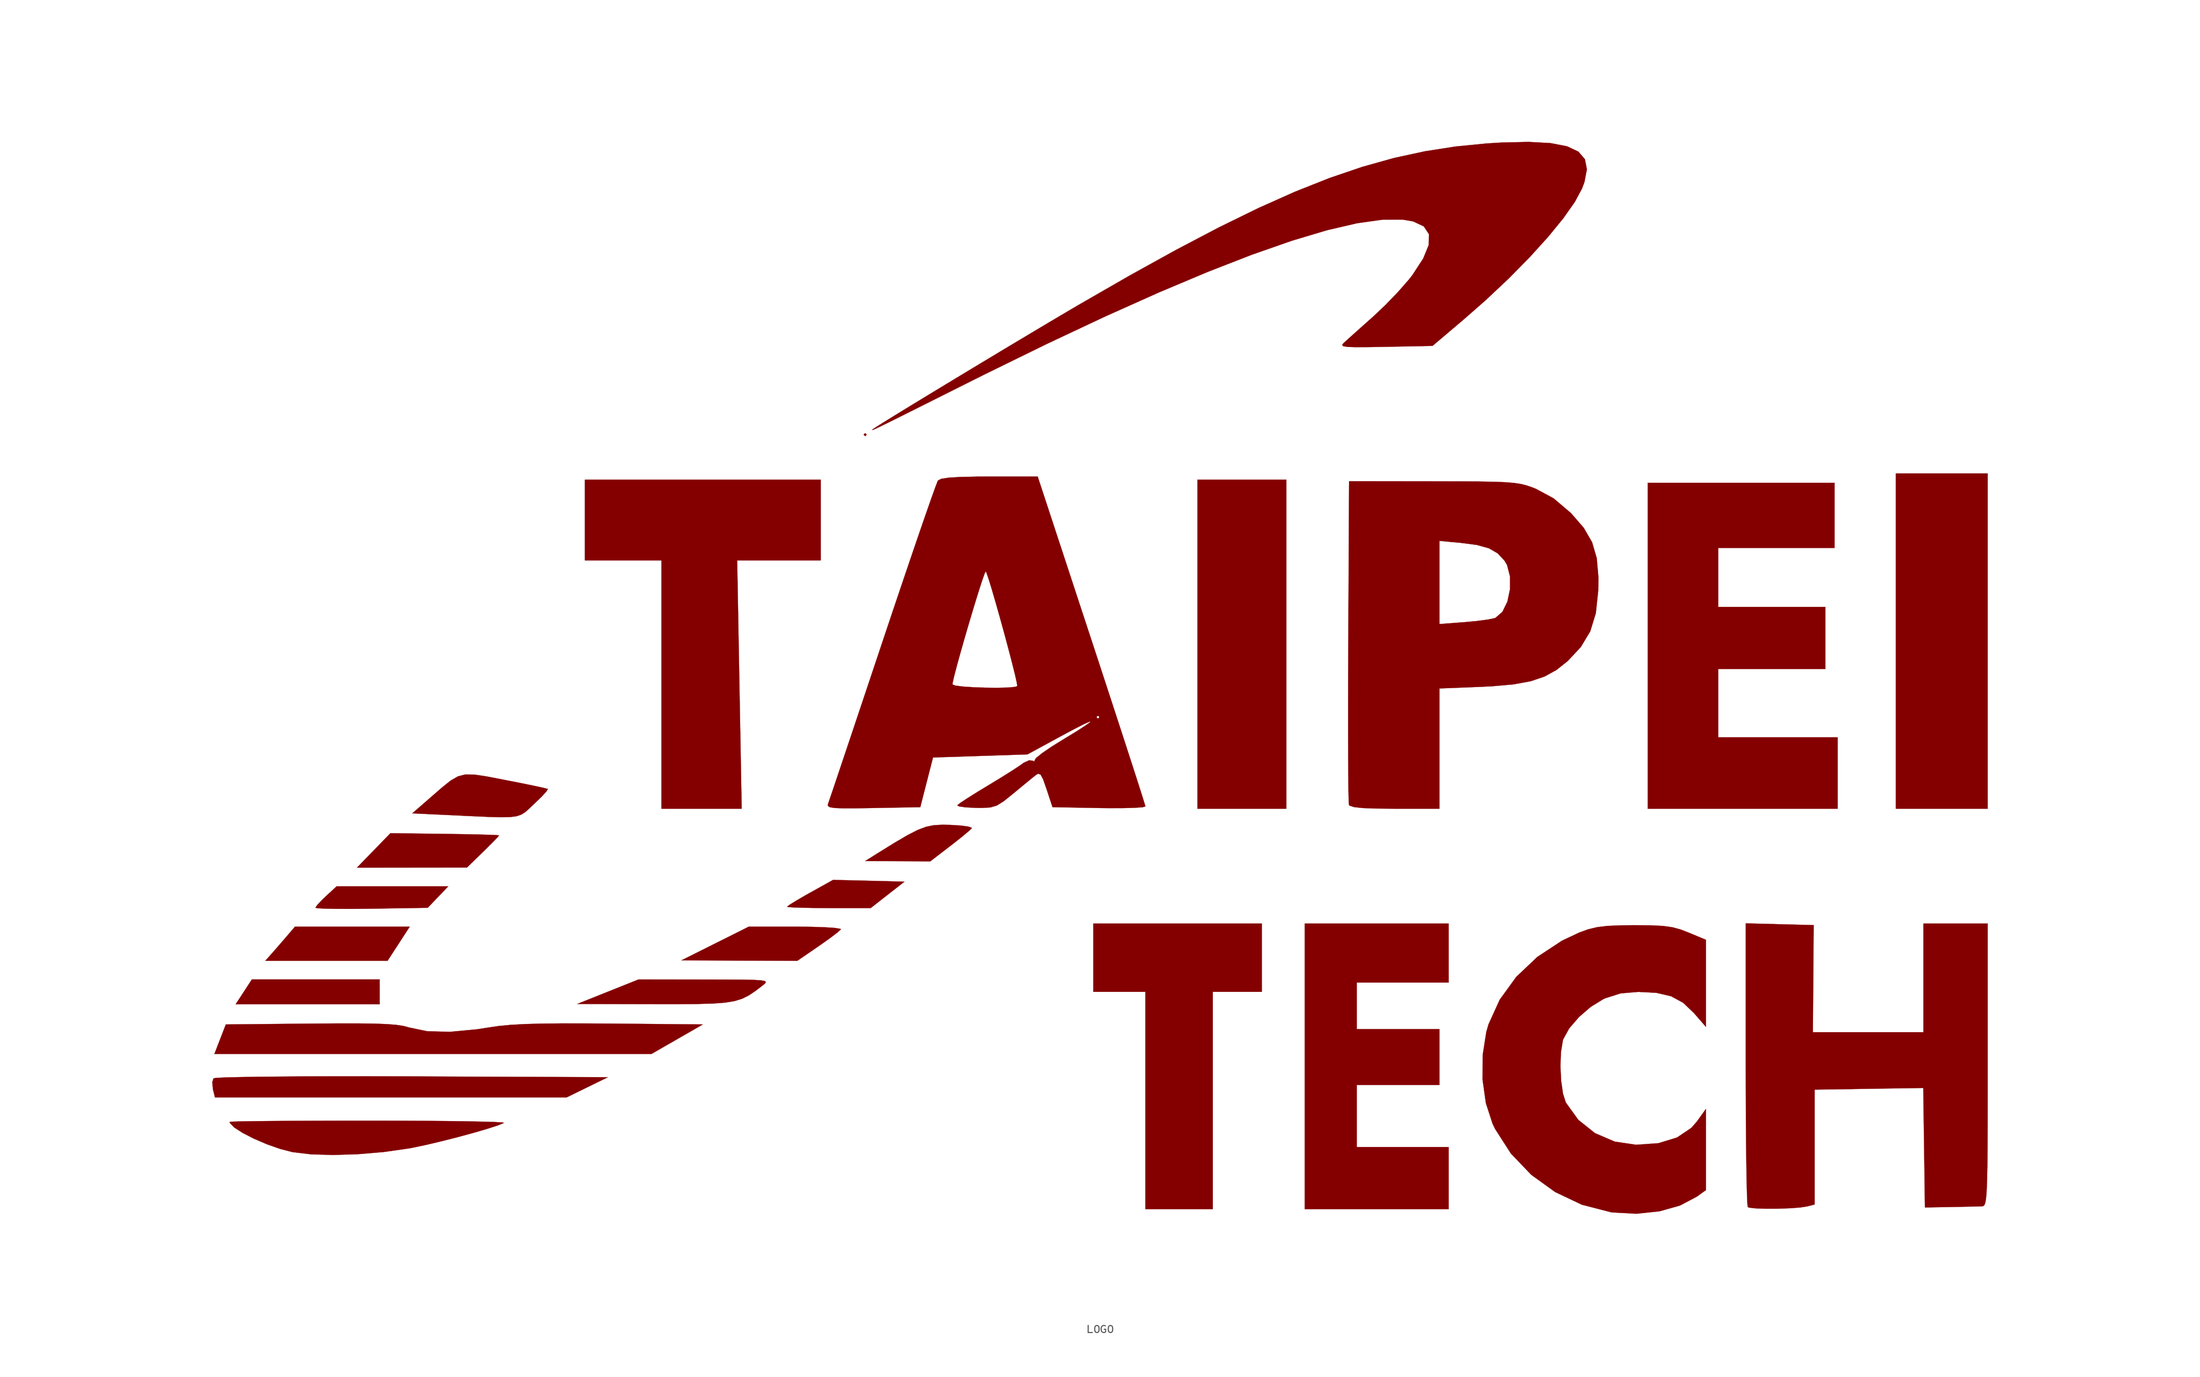
<source format=kicad_sym>
(kicad_symbol_lib
  (version 20210619)
  (generator bitmap2component)
  (symbol "LOGO"
    (pin_names
      (offset 1.016))
    (property "Reference" "#G"
      (at 0 85.224 0)
      (effects (font (size 1.27 1.27)) hide))
    (symbol "LOGO_0_0"
      (polyline (pts (xy 63.082 -61.067) (xy 65.465 -60.397) (xy 67.404 -59.369) (xy 68.439 -58.622) (xy 68.439 -49.262) (xy 67.405 -50.709) (xy 66.764 -51.448) (xy 65.11 -52.56) (xy 62.968 -53.217) (xy 60.393 -53.399) (xy 57.931 -53.033) (xy 55.658 -52.056) (xy 53.747 -50.533) (xy 52.302 -48.526) (xy 51.978 -47.517) (xy 51.764 -46.034) (xy 51.681 -44.349) (xy 51.74 -42.719) (xy 51.956 -41.4) (xy 52.011 -41.225) (xy 52.69 -39.992) (xy 53.806 -38.689) (xy 55.177 -37.502) (xy 56.621 -36.616) (xy 56.843 -36.514) (xy 58.612 -35.951) (xy 60.637 -35.778) (xy 62.73 -35.887) (xy 64.434 -36.284) (xy 65.816 -37.037) (xy 67.054 -38.215) (xy 68.439 -39.811) (xy 68.439 -29.776) (xy 66.41 -28.93) (xy 65.517 -28.587) (xy 64.566 -28.329) (xy 63.481 -28.178) (xy 62.072 -28.108) (xy 60.149 -28.095) (xy 58.667 -28.109) (xy 57.102 -28.175) (xy 55.908 -28.318) (xy 54.89 -28.563) (xy 53.855 -28.937) (xy 51.862 -29.875) (xy 49.012 -31.754) (xy 46.593 -34.048) (xy 44.691 -36.67) (xy 43.391 -39.532) (xy 43.142 -40.404) (xy 42.725 -43.072) (xy 42.712 -45.887) (xy 43.093 -48.598) (xy 43.857 -50.954) (xy 44.159 -51.581) (xy 45.974 -54.407) (xy 48.313 -56.855) (xy 51.073 -58.847) (xy 54.153 -60.308) (xy 57.45 -61.16) (xy 57.723 -61.2) (xy 60.44 -61.346) (xy 63.082 -61.067)) (stroke (width 0.01)) (fill (type outline)))
      (polyline (pts (xy 11.642 -35.775) (xy 17.286 -35.775) (xy 17.286 -27.904) (xy -2.117 -27.904) (xy -2.117 -35.775) (xy 3.881 -35.775) (xy 3.881 -60.817) (xy 11.642 -60.817) (xy 11.642 -35.775)) (stroke (width 0.01)) (fill (type outline)))
      (polyline (pts (xy 38.806 -53.662) (xy 28.222 -53.662) (xy 28.222 -46.507) (xy 37.747 -46.507) (xy 37.747 -40.068) (xy 28.222 -40.068) (xy 28.222 -34.701) (xy 38.806 -34.701) (xy 38.806 -27.904) (xy 22.225 -27.904) (xy 22.225 -60.817) (xy 38.806 -60.817) (xy 38.806 -53.662)) (stroke (width 0.01)) (fill (type outline)))
      (polyline (pts (xy 76.708 -60.763) (xy 78.082 -60.717) (xy 79.271 -60.63) (xy 80.081 -60.506) (xy 80.963 -60.28) (xy 80.963 -47.044) (xy 87.217 -46.946) (xy 93.471 -46.848) (xy 93.567 -53.735) (xy 93.662 -60.622) (xy 96.661 -60.569) (xy 97.122 -60.561) (xy 98.53 -60.533) (xy 99.651 -60.508) (xy 100.277 -60.488) (xy 100.412 -60.452) (xy 100.535 -60.309) (xy 100.635 -59.998) (xy 100.715 -59.46) (xy 100.776 -58.632) (xy 100.822 -57.454) (xy 100.854 -55.865) (xy 100.875 -53.804) (xy 100.888 -51.211) (xy 100.893 -48.023) (xy 100.894 -44.182) (xy 100.894 -27.904) (xy 93.486 -27.904) (xy 93.486 -40.425) (xy 80.757 -40.425) (xy 80.804 -34.254) (xy 80.851 -28.083) (xy 76.938 -27.982) (xy 73.025 -27.881) (xy 73.025 -44.11) (xy 73.028 -46.841) (xy 73.041 -50.008) (xy 73.062 -52.894) (xy 73.091 -55.426) (xy 73.126 -57.534) (xy 73.167 -59.143) (xy 73.212 -60.182) (xy 73.26 -60.578) (xy 73.433 -60.645) (xy 74.189 -60.73) (xy 75.345 -60.768) (xy 76.708 -60.763)) (stroke (width 0.01)) (fill (type outline)))
      (polyline (pts (xy -86.794 -54.482) (xy -83.831 -54.23) (xy -80.963 -53.822) (xy -80.629 -53.761) (xy -79.086 -53.439) (xy -77.29 -53.016) (xy -75.396 -52.536) (xy -73.562 -52.039) (xy -71.945 -51.568) (xy -70.704 -51.166) (xy -69.994 -50.875) (xy -70.165 -50.83) (xy -70.963 -50.781) (xy -72.341 -50.737) (xy -74.231 -50.698) (xy -76.567 -50.666) (xy -79.281 -50.642) (xy -82.306 -50.627) (xy -85.573 -50.621) (xy -88.319 -50.623) (xy -91.422 -50.631) (xy -94.24 -50.643) (xy -96.703 -50.66) (xy -98.74 -50.681) (xy -100.282 -50.705) (xy -101.259 -50.732) (xy -101.6 -50.761) (xy -101.568 -50.887) (xy -101.075 -51.402) (xy -100.102 -52.03) (xy -98.796 -52.699) (xy -97.308 -53.338) (xy -95.784 -53.876) (xy -94.374 -54.239) (xy -94.323 -54.249) (xy -92.234 -54.498) (xy -89.659 -54.574) (xy -86.794 -54.482)) (stroke (width 0.01)) (fill (type outline)))
      (polyline (pts (xy -60.405 -46.775) (xy -58.032 -45.613) (xy -80.589 -45.521) (xy -81.695 -45.516) (xy -85.572 -45.508) (xy -89.224 -45.509) (xy -92.591 -45.519) (xy -95.614 -45.538) (xy -98.232 -45.564) (xy -100.385 -45.598) (xy -102.012 -45.638) (xy -103.054 -45.685) (xy -103.451 -45.737) (xy -103.594 -46.187) (xy -103.522 -46.992) (xy -103.287 -47.938) (xy -62.779 -47.938) (xy -60.405 -46.775)) (stroke (width 0.01)) (fill (type outline)))
      (polyline (pts (xy -47.096 -39.531) (xy -57.855 -39.433) (xy -60.379 -39.415) (xy -63.332 -39.411) (xy -65.739 -39.436) (xy -67.693 -39.493) (xy -69.287 -39.584) (xy -70.613 -39.712) (xy -71.764 -39.88) (xy -73.061 -40.085) (xy -76.209 -40.382) (xy -78.847 -40.315) (xy -80.925 -39.883) (xy -80.976 -39.866) (xy -81.595 -39.703) (xy -82.401 -39.58) (xy -83.482 -39.493) (xy -84.922 -39.438) (xy -86.809 -39.413) (xy -89.229 -39.413) (xy -92.268 -39.436) (xy -102.036 -39.531) (xy -102.694 -41.23) (xy -103.352 -42.93) (xy -53.009 -42.93) (xy -47.096 -39.531)) (stroke (width 0.01)) (fill (type outline)))
      (polyline (pts (xy -84.314 -34.344) (xy -99.037 -34.344) (xy -99.971 -35.775) (xy -100.904 -37.206) (xy -84.314 -37.206) (xy -84.314 -34.344)) (stroke (width 0.01)) (fill (type outline)))
      (polyline (pts (xy -47.641 -37.172) (xy -45.854 -37.118) (xy -44.477 -37.009) (xy -43.408 -36.829) (xy -42.548 -36.56) (xy -41.797 -36.185) (xy -41.053 -35.686) (xy -40.217 -35.048) (xy -40.216 -35.047) (xy -39.942 -34.821) (xy -39.831 -34.651) (xy -39.96 -34.528) (xy -40.406 -34.446) (xy -41.248 -34.395) (xy -42.562 -34.368) (xy -44.427 -34.357) (xy -46.919 -34.354) (xy -54.504 -34.348) (xy -61.56 -37.168) (xy -52.685 -37.187) (xy -49.938 -37.189) (xy -47.641 -37.172)) (stroke (width 0.01)) (fill (type outline)))
      (polyline (pts (xy -80.851 -28.262) (xy -94.075 -28.262) (xy -95.067 -29.425) (xy -95.23 -29.615) (xy -96.067 -30.584) (xy -96.775 -31.392) (xy -97.49 -32.197) (xy -83.406 -32.197) (xy -80.851 -28.262)) (stroke (width 0.01)) (fill (type outline)))
      (polyline (pts (xy -33.795 -30.538) (xy -33.438 -30.291) (xy -32.354 -29.515) (xy -31.554 -28.903) (xy -31.191 -28.571) (xy -31.261 -28.509) (xy -31.874 -28.411) (xy -33.012 -28.333) (xy -34.56 -28.281) (xy -36.404 -28.262) (xy -41.805 -28.262) (xy -45.685 -30.204) (xy -49.565 -32.147) (xy -42.888 -32.172) (xy -36.211 -32.197) (xy -33.795 -30.538)) (stroke (width 0.01)) (fill (type outline)))
      (polyline (pts (xy -85.251 -26.19) (xy -78.779 -26.086) (xy -76.414 -23.611) (xy -89.272 -23.611) (xy -90.497 -24.742) (xy -90.88 -25.106) (xy -91.484 -25.739) (xy -91.723 -26.084) (xy -91.403 -26.144) (xy -90.486 -26.187) (xy -89.082 -26.211) (xy -87.3 -26.212) (xy -85.251 -26.19)) (stroke (width 0.01)) (fill (type outline)))
      (polyline (pts (xy -25.813 -24.595) (xy -23.869 -23.075) (xy -32.095 -22.873) (xy -34.745 -24.348) (xy -35.238 -24.625) (xy -36.341 -25.266) (xy -37.107 -25.743) (xy -37.394 -25.969) (xy -37.364 -25.985) (xy -36.85 -26.036) (xy -35.795 -26.078) (xy -34.328 -26.105) (xy -32.576 -26.116) (xy -27.758 -26.116) (xy -25.813 -24.595)) (stroke (width 0.01)) (fill (type outline)))
      (polyline (pts (xy -80.598 -21.457) (xy -74.26 -21.449) (xy -72.408 -19.643) (xy -72.284 -19.523) (xy -71.409 -18.654) (xy -70.79 -18.017) (xy -70.555 -17.743) (xy -70.825 -17.713) (xy -71.695 -17.675) (xy -73.059 -17.637) (xy -74.804 -17.601) (xy -76.817 -17.571) (xy -83.079 -17.492) (xy -85.007 -19.478) (xy -86.936 -21.465) (xy -80.598 -21.457)) (stroke (width 0.01)) (fill (type outline)))
      (polyline (pts (xy -18.589 -18.961) (xy -18.256 -18.703) (xy -17.217 -17.88) (xy -16.453 -17.241) (xy -16.108 -16.908) (xy -16.105 -16.878) (xy -16.472 -16.735) (xy -17.353 -16.612) (xy -18.591 -16.534) (xy -19.511 -16.515) (xy -20.474 -16.567) (xy -21.376 -16.75) (xy -22.348 -17.115) (xy -23.519 -17.714) (xy -25.022 -18.597) (xy -26.988 -19.816) (xy -28.399 -20.701) (xy -20.9 -20.735) (xy -18.589 -18.961)) (stroke (width 0.01)) (fill (type outline)))
      (polyline (pts (xy -69.263 -15.627) (xy -68.526 -15.528) (xy -67.986 -15.341) (xy -67.54 -15.052) (xy -67.088 -14.65) (xy -66.53 -14.121) (xy -66.53 -14.12) (xy -65.677 -13.296) (xy -65.107 -12.678) (xy -64.943 -12.398) (xy -64.988 -12.38) (xy -65.546 -12.241) (xy -66.629 -12.006) (xy -68.107 -11.704) (xy -69.85 -11.362) (xy -70.164 -11.301) (xy -72.046 -10.94) (xy -73.42 -10.734) (xy -74.451 -10.721) (xy -75.306 -10.941) (xy -76.15 -11.431) (xy -77.149 -12.232) (xy -78.468 -13.382) (xy -80.561 -15.204) (xy -76.352 -15.401) (xy -76.178 -15.409) (xy -73.652 -15.53) (xy -71.725 -15.615) (xy -70.295 -15.652) (xy -69.263 -15.627)) (stroke (width 0.01)) (fill (type outline)))
      (polyline (pts (xy -42.88 -0.358) (xy -43.139 13.952) (xy -33.514 13.952) (xy -33.514 23.253) (xy -60.678 23.253) (xy -60.678 13.952) (xy -51.858 13.952) (xy -51.858 -14.668) (xy -42.621 -14.668) (xy -42.88 -0.358)) (stroke (width 0.01)) (fill (type outline)))
      (polyline (pts (xy -29.534 -14.62) (xy -27.47 -14.588) (xy -22.049 -14.489) (xy -21.316 -11.627) (xy -20.582 -8.765) (xy -9.701 -8.407) (xy -5.821 -6.295) (xy -4.447 -5.557) (xy -3.183 -4.911) (xy -2.523 -4.62) (xy -2.466 -4.678) (xy -3.011 -5.078) (xy -4.157 -5.814) (xy -5.904 -6.879) (xy -6.982 -7.552) (xy -8.049 -8.285) (xy -8.727 -8.838) (xy -8.903 -9.125) (xy -8.836 -9.237) (xy -9.106 -9.145) (xy -9.498 -9.083) (xy -10.165 -9.389) (xy -10.57 -9.686) (xy -11.496 -10.295) (xy -12.757 -11.086) (xy -14.2 -11.964) (xy -15.432 -12.711) (xy -16.615 -13.453) (xy -17.445 -14.002) (xy -17.794 -14.276) (xy -17.565 -14.407) (xy -16.799 -14.514) (xy -15.661 -14.569) (xy -14.965 -14.577) (xy -13.978 -14.523) (xy -13.219 -14.296) (xy -12.431 -13.801) (xy -11.361 -12.939) (xy -11.303 -12.891) (xy -10.23 -12.005) (xy -9.321 -11.257) (xy -8.765 -10.807) (xy -8.482 -10.637) (xy -8.194 -10.736) (xy -7.898 -11.29) (xy -7.502 -12.417) (xy -6.821 -14.489) (xy -1.47 -14.588) (xy -0.469 -14.601) (xy 1.252 -14.599) (xy 2.632 -14.563) (xy 3.548 -14.499) (xy 3.881 -14.409) (xy 3.834 -14.233) (xy 3.591 -13.443) (xy 3.157 -12.076) (xy 2.552 -10.196) (xy 1.797 -7.864) (xy 0.912 -5.142) (xy -0.083 -2.093) (xy -1.168 1.222) (xy -2.322 4.74) (xy -8.525 23.611) (xy -14.097 23.611) (xy -15.437 23.606) (xy -17.415 23.566) (xy -18.792 23.482) (xy -19.633 23.35) (xy -20.007 23.164) (xy -20.062 23.051) (xy -20.334 22.341) (xy -20.798 21.047) (xy -21.433 19.234) (xy -22.216 16.965) (xy -23.125 14.304) (xy -24.139 11.316) (xy -25.235 8.065) (xy -26.391 4.615) (xy -26.929 3.004) (xy -28.049 -0.348) (xy -18.344 -0.348) (xy -18.322 -0.17) (xy -18.146 0.612) (xy -17.825 1.842) (xy -17.396 3.396) (xy -16.897 5.146) (xy -16.364 6.965) (xy -15.836 8.728) (xy -15.348 10.308) (xy -14.94 11.578) (xy -14.647 12.412) (xy -14.507 12.684) (xy -14.445 12.566) (xy -14.204 11.881) (xy -13.842 10.709) (xy -13.395 9.181) (xy -12.899 7.427) (xy -12.389 5.578) (xy -11.902 3.763) (xy -11.472 2.113) (xy -11.135 0.758) (xy -10.928 -0.171) (xy -10.885 -0.545) (xy -11.178 -0.635) (xy -12.018 -0.708) (xy -13.214 -0.734) (xy -14.589 -0.72) (xy -15.967 -0.669) (xy -17.17 -0.588) (xy -18.021 -0.479) (xy -18.344 -0.348) (xy -28.049 -0.348) (xy -28.057 -0.37) (xy -29.111 -3.52) (xy -29.31 -4.114) (xy -1.764 -4.114) (xy -1.587 -3.935) (xy -1.411 -4.114) (xy -1.587 -4.293) (xy -1.764 -4.114) (xy -29.31 -4.114) (xy -30.069 -6.381) (xy -30.91 -8.888) (xy -31.611 -10.977) (xy -32.152 -12.584) (xy -32.51 -13.642) (xy -32.664 -14.087) (xy -32.681 -14.135) (xy -32.684 -14.349) (xy -32.467 -14.495) (xy -31.935 -14.583) (xy -30.99 -14.621) (xy -29.534 -14.62)) (stroke (width 0.01)) (fill (type outline)))
      (polyline (pts (xy 20.108 23.253) (xy 9.878 23.253) (xy 9.878 -14.668) (xy 20.108 -14.668) (xy 20.108 23.253)) (stroke (width 0.01)) (fill (type outline)))
      (polyline (pts (xy 37.747 -0.809) (xy 42.422 -0.625) (xy 43.819 -0.557) (xy 46.289 -0.335) (xy 48.259 0.026) (xy 49.862 0.567) (xy 51.236 1.327) (xy 52.514 2.347) (xy 54.023 3.954) (xy 55.115 5.768) (xy 55.759 7.871) (xy 56.034 10.446) (xy 56.057 11.994) (xy 55.865 14.206) (xy 55.326 16.045) (xy 54.374 17.695) (xy 52.946 19.346) (xy 52.858 19.435) (xy 50.894 21.1) (xy 48.857 22.199) (xy 48.37 22.39) (xy 47.751 22.601) (xy 47.096 22.762) (xy 46.308 22.879) (xy 45.292 22.961) (xy 43.954 23.012) (xy 42.196 23.042) (xy 39.924 23.056) (xy 37.042 23.062) (xy 27.34 23.075) (xy 27.258 6.614) (xy 37.747 6.614) (xy 37.747 16.201) (xy 40.273 15.963) (xy 42.048 15.73) (xy 43.445 15.346) (xy 44.459 14.757) (xy 45.257 13.895) (xy 45.535 13.411) (xy 45.873 12.106) (xy 45.874 10.631) (xy 45.572 9.2) (xy 45.002 8.027) (xy 44.199 7.327) (xy 44.093 7.29) (xy 43.31 7.131) (xy 42.093 6.969) (xy 40.658 6.834) (xy 37.747 6.614) (xy 27.258 6.614) (xy 27.248 4.651) (xy 27.243 3.504) (xy 27.231 -0.01) (xy 27.226 -3.29) (xy 27.227 -6.269) (xy 27.235 -8.877) (xy 27.249 -11.045) (xy 27.269 -12.704) (xy 27.295 -13.785) (xy 27.326 -14.22) (xy 27.416 -14.323) (xy 27.916 -14.483) (xy 28.901 -14.59) (xy 30.445 -14.649) (xy 32.621 -14.668) (xy 37.747 -14.668) (xy 37.747 -0.809)) (stroke (width 0.01)) (fill (type outline)))
      (polyline (pts (xy 83.608 -6.439) (xy 69.85 -6.439) (xy 69.85 1.431) (xy 82.197 1.431) (xy 82.197 8.586) (xy 69.85 8.586) (xy 69.85 15.383) (xy 83.256 15.383) (xy 83.256 22.896) (xy 61.736 22.896) (xy 61.736 -14.668) (xy 83.608 -14.668) (xy 83.608 -6.439)) (stroke (width 0.01)) (fill (type outline)))
      (polyline (pts (xy 100.894 23.969) (xy 90.311 23.969) (xy 90.311 -14.668) (xy 100.894 -14.668) (xy 100.894 23.969)) (stroke (width 0.01)) (fill (type outline)))
      (polyline (pts (xy -28.222 28.441) (xy -28.399 28.62) (xy -28.575 28.441) (xy -28.399 28.262) (xy -28.222 28.441)) (stroke (width 0.01)) (fill (type outline)))
      (polyline (pts (xy -27.491 28.994) (xy -27.233 29.106) (xy -26.75 29.335) (xy -25.984 29.709) (xy -24.878 30.258) (xy -23.372 31.01) (xy -21.408 31.993) (xy -18.929 33.236) (xy -15.875 34.767) (xy -14.719 35.346) (xy -7.501 38.883) (xy -0.795 42.04) (xy 5.392 44.812) (xy 11.053 47.197) (xy 16.179 49.193) (xy 20.764 50.795) (xy 24.799 52.003) (xy 28.276 52.811) (xy 31.189 53.219) (xy 33.53 53.222) (xy 34.731 53.014) (xy 35.944 52.441) (xy 36.538 51.541) (xy 36.514 50.308) (xy 35.873 48.736) (xy 34.617 46.818) (xy 34.206 46.295) (xy 32.985 44.898) (xy 31.548 43.405) (xy 30.127 42.061) (xy 29.293 41.318) (xy 28.148 40.296) (xy 27.247 39.487) (xy 26.732 39.02) (xy 26.681 38.971) (xy 26.544 38.773) (xy 26.667 38.637) (xy 27.139 38.557) (xy 28.048 38.524) (xy 29.484 38.529) (xy 31.536 38.564) (xy 36.949 38.671) (xy 40.611 41.777) (xy 43.076 43.94) (xy 45.709 46.42) (xy 48.122 48.869) (xy 50.245 51.212) (xy 52.009 53.368) (xy 53.342 55.261) (xy 54.174 56.812) (xy 54.45 57.562) (xy 54.727 59.02) (xy 54.504 60.18) (xy 53.752 61.059) (xy 52.44 61.674) (xy 50.54 62.042) (xy 48.02 62.18) (xy 44.852 62.105) (xy 43.201 62.004) (xy 39.612 61.651) (xy 36.068 61.099) (xy 32.506 60.326) (xy 28.866 59.307) (xy 25.088 58.02) (xy 21.111 56.442) (xy 16.875 54.548) (xy 12.318 52.316) (xy 7.38 49.722) (xy 2.001 46.744) (xy -3.881 43.357) (xy -5.275 42.537) (xy -7.202 41.394) (xy -9.375 40.099) (xy -11.715 38.698) (xy -14.145 37.238) (xy -16.587 35.766) (xy -18.965 34.328) (xy -21.199 32.973) (xy -23.213 31.746) (xy -24.93 30.695) (xy -26.271 29.866) (xy -27.159 29.307) (xy -27.517 29.063) (xy -27.569 29.008) (xy -27.584 28.971) (xy -27.491 28.994)) (stroke (width 0.01)) (fill (type outline))))))
</source>
